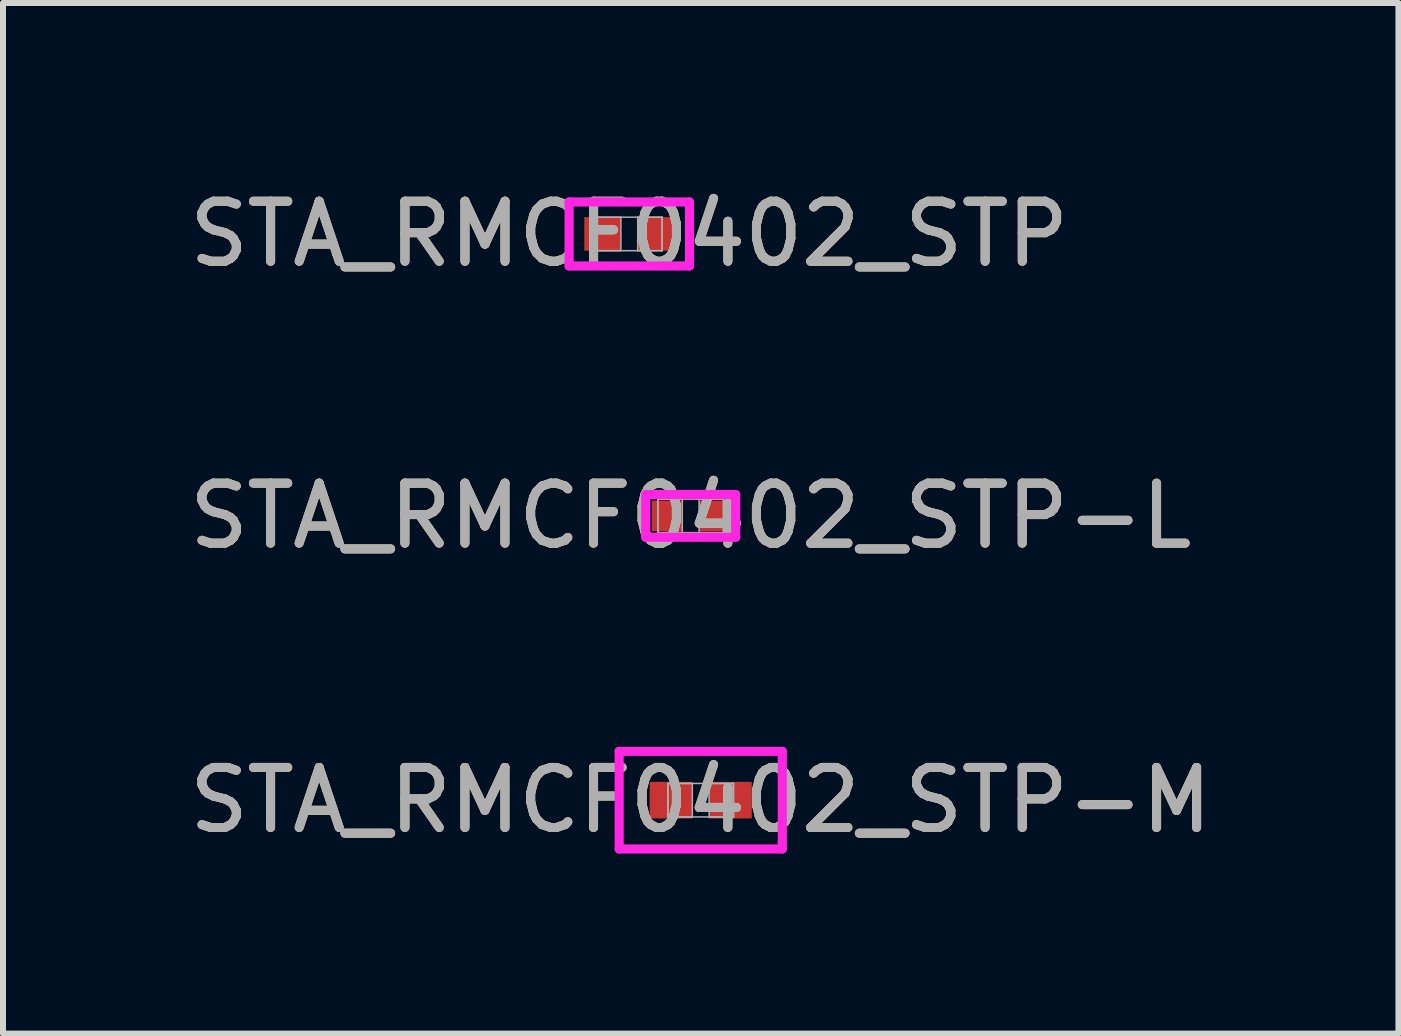
<source format=kicad_pcb>
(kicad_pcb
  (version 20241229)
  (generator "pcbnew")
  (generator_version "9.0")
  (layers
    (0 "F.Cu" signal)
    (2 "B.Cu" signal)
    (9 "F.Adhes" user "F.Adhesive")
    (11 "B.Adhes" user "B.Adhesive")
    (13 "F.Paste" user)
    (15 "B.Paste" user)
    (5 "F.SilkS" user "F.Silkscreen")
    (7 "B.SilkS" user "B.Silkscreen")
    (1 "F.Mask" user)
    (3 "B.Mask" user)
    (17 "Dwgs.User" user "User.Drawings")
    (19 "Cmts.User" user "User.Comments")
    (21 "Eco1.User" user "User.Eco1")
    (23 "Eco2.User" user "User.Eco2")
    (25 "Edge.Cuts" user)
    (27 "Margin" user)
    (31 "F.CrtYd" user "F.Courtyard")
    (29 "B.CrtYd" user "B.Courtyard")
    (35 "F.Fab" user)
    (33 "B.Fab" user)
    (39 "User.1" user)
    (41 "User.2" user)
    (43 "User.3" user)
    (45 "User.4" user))
  (footprint "STA_RMCF0402_STP"
    (layer "F.Cu")
    (at 7.435 0.848)
    (property "Reference" "STA_RMCF0402_STP" (at 0 0 0) (unlocked yes) (layer "F.SilkS") (effects (font (size 1 1) (thickness 0.15))))
    (attr smd)
    (fp_line (start -1.003 -0.533) (end 1.003 -0.533) (stroke (width 0.152) (type solid)) (layer "F.CrtYd"))
    (fp_line (start -1.003 0.533) (end -1.003 -0.533) (stroke (width 0.152) (type solid)) (layer "F.CrtYd"))
    (fp_line (start 1.003 -0.533) (end 1.003 0.533) (stroke (width 0.152) (type solid)) (layer "F.CrtYd"))
    (fp_line (start 1.003 0.533) (end -1.003 0.533) (stroke (width 0.152) (type solid)) (layer "F.CrtYd"))
    (fp_line (start -0.546 -0.279) (end -0.546 0.279) (stroke (width 0.025) (type solid)) (layer "F.Fab"))
    (fp_line (start -0.546 -0.279) (end -0.546 0.279) (stroke (width 0.025) (type solid)) (layer "F.Fab"))
    (fp_line (start -0.546 0.279) (end -0.14 0.279) (stroke (width 0.025) (type solid)) (layer "F.Fab"))
    (fp_line (start -0.546 0.279) (end 0.546 0.279) (stroke (width 0.025) (type solid)) (layer "F.Fab"))
    (fp_line (start -0.14 -0.279) (end -0.546 -0.279) (stroke (width 0.025) (type solid)) (layer "F.Fab"))
    (fp_line (start -0.14 0.279) (end -0.14 -0.279) (stroke (width 0.025) (type solid)) (layer "F.Fab"))
    (fp_line (start 0.14 -0.279) (end 0.14 0.279) (stroke (width 0.025) (type solid)) (layer "F.Fab"))
    (fp_line (start 0.14 0.279) (end 0.546 0.279) (stroke (width 0.025) (type solid)) (layer "F.Fab"))
    (fp_line (start 0.546 -0.279) (end -0.546 -0.279) (stroke (width 0.025) (type solid)) (layer "F.Fab"))
    (fp_line (start 0.546 -0.279) (end 0.14 -0.279) (stroke (width 0.025) (type solid)) (layer "F.Fab"))
    (fp_line (start 0.546 0.279) (end 0.546 -0.279) (stroke (width 0.025) (type solid)) (layer "F.Fab"))
    (fp_line (start 0.546 0.279) (end 0.546 -0.279) (stroke (width 0.025) (type solid)) (layer "F.Fab"))
    (fp_text user "${REFERENCE}" (at 0 0 0) (unlocked yes) (layer "F.Fab") (effects (font (size 1 1) (thickness 0.15))))
    (pad "1" smd rect (at -0.445 0) (size 0.61 0.559) (layers "F.Cu" "F.Mask" "F.Paste"))
    (pad "2" smd rect (at 0.445 0) (size 0.61 0.559) (layers "F.Cu" "F.Mask" "F.Paste"))
    (zone (net_name "") (layer "F.Cu") (hatch full 0.508) (connect_pads) (min_thickness 0.254) (filled_areas_thickness no) (keepout (tracks not_allowed) (vias not_allowed) (pads allowed) (copperpour not_allowed) (footprints allowed)) (placement (enabled no)) (fill) (polygon (pts (xy 7.346 0.62) (xy 7.523 0.62) (xy 7.523 1.077) (xy 7.346 1.077)))))
  (footprint "STA_RMCF0402_STP-L"
    (layer "F.Cu")
    (at 8.458 5.545)
    (property "Reference" "STA_RMCF0402_STP-L" (at 0 0 0) (unlocked yes) (layer "F.SilkS") (effects (font (size 1 1) (thickness 0.15))))
    (attr smd)
    (fp_line (start -0.749 -0.356) (end 0.749 -0.356) (stroke (width 0.152) (type solid)) (layer "F.CrtYd"))
    (fp_line (start -0.749 0.356) (end -0.749 -0.356) (stroke (width 0.152) (type solid)) (layer "F.CrtYd"))
    (fp_line (start 0.749 -0.356) (end 0.749 0.356) (stroke (width 0.152) (type solid)) (layer "F.CrtYd"))
    (fp_line (start 0.749 0.356) (end -0.749 0.356) (stroke (width 0.152) (type solid)) (layer "F.CrtYd"))
    (fp_line (start -0.546 -0.279) (end -0.546 0.279) (stroke (width 0.025) (type solid)) (layer "F.Fab"))
    (fp_line (start -0.546 -0.279) (end -0.546 0.279) (stroke (width 0.025) (type solid)) (layer "F.Fab"))
    (fp_line (start -0.546 0.279) (end -0.14 0.279) (stroke (width 0.025) (type solid)) (layer "F.Fab"))
    (fp_line (start -0.546 0.279) (end 0.546 0.279) (stroke (width 0.025) (type solid)) (layer "F.Fab"))
    (fp_line (start -0.14 -0.279) (end -0.546 -0.279) (stroke (width 0.025) (type solid)) (layer "F.Fab"))
    (fp_line (start -0.14 0.279) (end -0.14 -0.279) (stroke (width 0.025) (type solid)) (layer "F.Fab"))
    (fp_line (start 0.14 -0.279) (end 0.14 0.279) (stroke (width 0.025) (type solid)) (layer "F.Fab"))
    (fp_line (start 0.14 0.279) (end 0.546 0.279) (stroke (width 0.025) (type solid)) (layer "F.Fab"))
    (fp_line (start 0.546 -0.279) (end -0.546 -0.279) (stroke (width 0.025) (type solid)) (layer "F.Fab"))
    (fp_line (start 0.546 -0.279) (end 0.14 -0.279) (stroke (width 0.025) (type solid)) (layer "F.Fab"))
    (fp_line (start 0.546 0.279) (end 0.546 -0.279) (stroke (width 0.025) (type solid)) (layer "F.Fab"))
    (fp_line (start 0.546 0.279) (end 0.546 -0.279) (stroke (width 0.025) (type solid)) (layer "F.Fab"))
    (fp_text user "${REFERENCE}" (at 0 0 0) (unlocked yes) (layer "F.Fab") (effects (font (size 1 1) (thickness 0.15))))
    (pad "1" smd rect (at -0.394 0) (size 0.508 0.508) (layers "F.Cu" "F.Mask" "F.Paste"))
    (pad "2" smd rect (at 0.394 0) (size 0.508 0.508) (layers "F.Cu" "F.Mask" "F.Paste"))
    (zone (net_name "") (layer "F.Cu") (hatch full 0.508) (connect_pads) (min_thickness 0.254) (filled_areas_thickness no) (keepout (tracks not_allowed) (vias not_allowed) (pads allowed) (copperpour not_allowed) (footprints allowed)) (placement (enabled no)) (fill) (polygon (pts (xy 8.369 5.316) (xy 8.547 5.316) (xy 8.547 5.773) (xy 8.369 5.773)))))
  (footprint "STA_RMCF0402_STP-M"
    (layer "F.Cu")
    (at 8.625 10.282)
    (property "Reference" "STA_RMCF0402_STP-M" (at 0 0 0) (unlocked yes) (layer "F.SilkS") (effects (font (size 1 1) (thickness 0.15))))
    (attr smd)
    (fp_line (start -1.359 -0.813) (end 1.359 -0.813) (stroke (width 0.152) (type solid)) (layer "F.CrtYd"))
    (fp_line (start -1.359 0.813) (end -1.359 -0.813) (stroke (width 0.152) (type solid)) (layer "F.CrtYd"))
    (fp_line (start 1.359 -0.813) (end 1.359 0.813) (stroke (width 0.152) (type solid)) (layer "F.CrtYd"))
    (fp_line (start 1.359 0.813) (end -1.359 0.813) (stroke (width 0.152) (type solid)) (layer "F.CrtYd"))
    (fp_line (start -0.546 -0.279) (end -0.546 0.279) (stroke (width 0.025) (type solid)) (layer "F.Fab"))
    (fp_line (start -0.546 -0.279) (end -0.546 0.279) (stroke (width 0.025) (type solid)) (layer "F.Fab"))
    (fp_line (start -0.546 0.279) (end -0.14 0.279) (stroke (width 0.025) (type solid)) (layer "F.Fab"))
    (fp_line (start -0.546 0.279) (end 0.546 0.279) (stroke (width 0.025) (type solid)) (layer "F.Fab"))
    (fp_line (start -0.14 -0.279) (end -0.546 -0.279) (stroke (width 0.025) (type solid)) (layer "F.Fab"))
    (fp_line (start -0.14 0.279) (end -0.14 -0.279) (stroke (width 0.025) (type solid)) (layer "F.Fab"))
    (fp_line (start 0.14 -0.279) (end 0.14 0.279) (stroke (width 0.025) (type solid)) (layer "F.Fab"))
    (fp_line (start 0.14 0.279) (end 0.546 0.279) (stroke (width 0.025) (type solid)) (layer "F.Fab"))
    (fp_line (start 0.546 -0.279) (end -0.546 -0.279) (stroke (width 0.025) (type solid)) (layer "F.Fab"))
    (fp_line (start 0.546 -0.279) (end 0.14 -0.279) (stroke (width 0.025) (type solid)) (layer "F.Fab"))
    (fp_line (start 0.546 0.279) (end 0.546 -0.279) (stroke (width 0.025) (type solid)) (layer "F.Fab"))
    (fp_line (start 0.546 0.279) (end 0.546 -0.279) (stroke (width 0.025) (type solid)) (layer "F.Fab"))
    (fp_text user "${REFERENCE}" (at 0 0 0) (unlocked yes) (layer "F.Fab") (effects (font (size 1 1) (thickness 0.15))))
    (pad "1" smd rect (at -0.495 0) (size 0.711 0.61) (layers "F.Cu" "F.Mask" "F.Paste"))
    (pad "2" smd rect (at 0.495 0) (size 0.711 0.61) (layers "F.Cu" "F.Mask" "F.Paste"))
    (zone (net_name "") (layer "F.Cu") (hatch full 0.508) (connect_pads) (min_thickness 0.254) (filled_areas_thickness no) (keepout (tracks not_allowed) (vias not_allowed) (pads allowed) (copperpour not_allowed) (footprints allowed)) (placement (enabled no)) (fill) (polygon (pts (xy 8.536 10.053) (xy 8.714 10.053) (xy 8.714 10.511) (xy 8.536 10.511)))))
  (gr_rect
    (start -3 -3)
    (end 20.25 14.171)
    (stroke (width 0.1) (type default))
    (fill no)
    (layer "Edge.Cuts")))
</source>
